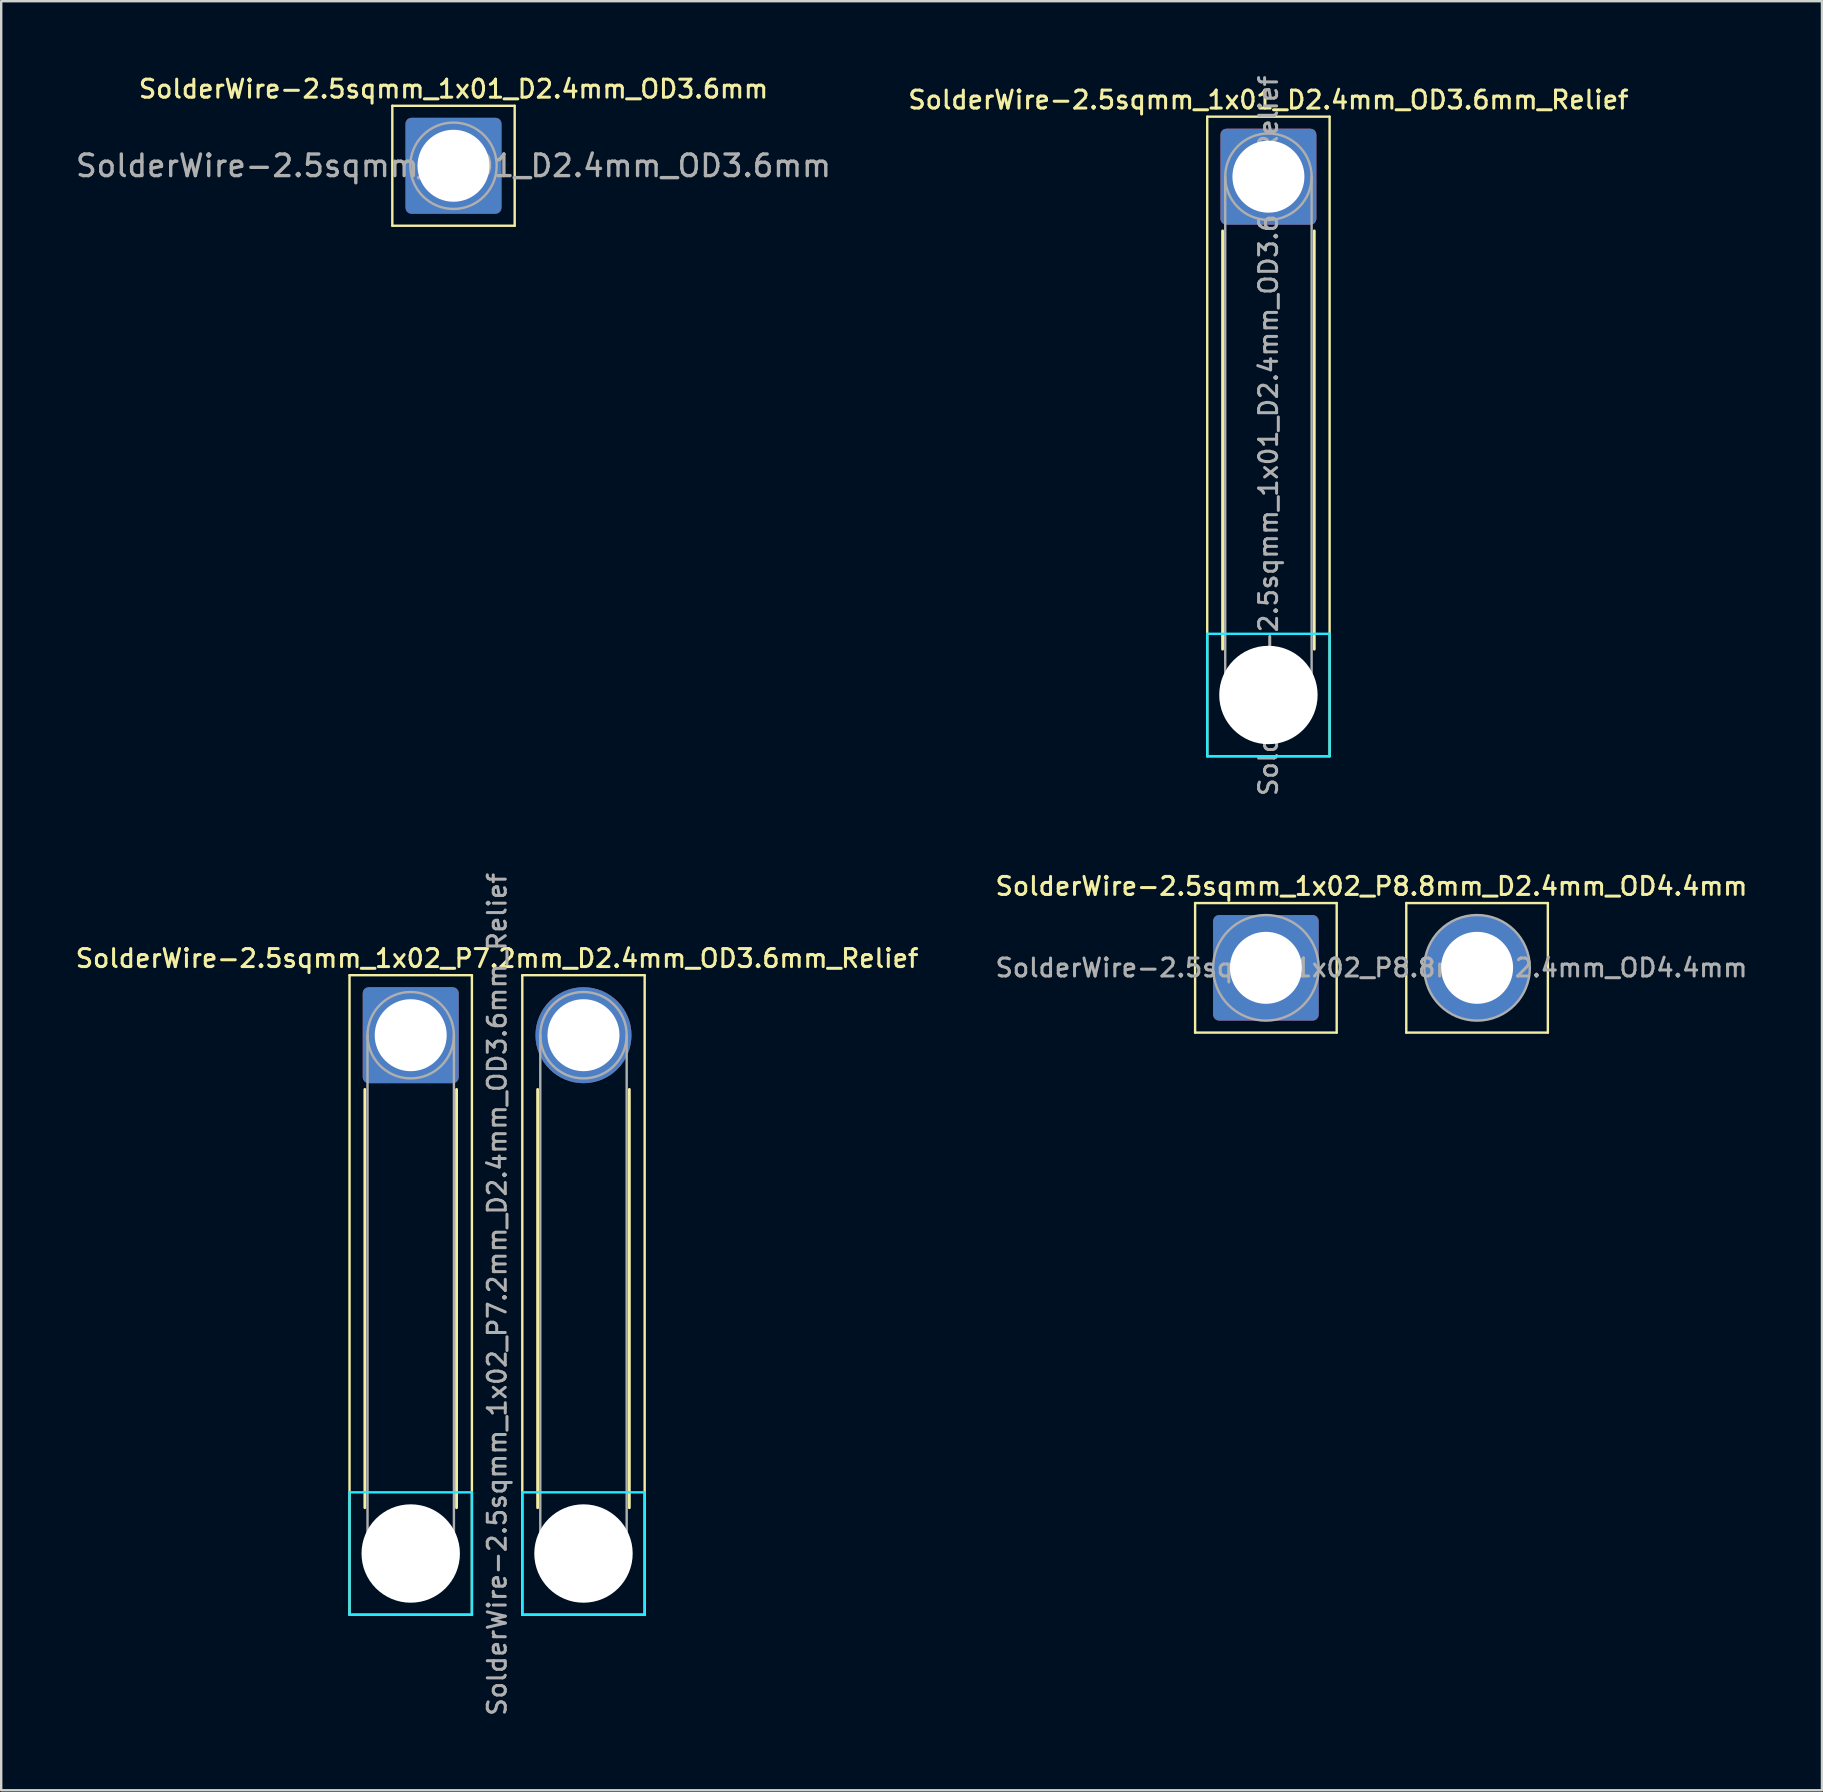
<source format=kicad_pcb>
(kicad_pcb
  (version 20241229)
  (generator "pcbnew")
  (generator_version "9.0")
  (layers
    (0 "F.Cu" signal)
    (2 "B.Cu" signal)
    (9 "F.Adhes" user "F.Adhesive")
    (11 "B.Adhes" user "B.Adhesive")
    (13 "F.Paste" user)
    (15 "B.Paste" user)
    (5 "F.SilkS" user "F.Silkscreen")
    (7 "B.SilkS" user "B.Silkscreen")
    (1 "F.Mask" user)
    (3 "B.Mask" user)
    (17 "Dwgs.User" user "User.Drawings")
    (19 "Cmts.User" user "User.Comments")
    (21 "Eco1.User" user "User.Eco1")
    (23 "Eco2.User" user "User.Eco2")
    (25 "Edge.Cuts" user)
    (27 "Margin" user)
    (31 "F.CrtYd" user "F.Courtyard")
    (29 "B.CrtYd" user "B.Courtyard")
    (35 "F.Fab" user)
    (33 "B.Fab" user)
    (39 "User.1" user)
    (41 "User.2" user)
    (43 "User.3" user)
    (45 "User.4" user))
  (footprint "SolderWire-2.5sqmm_1x01_D2.4mm_OD3.6mm"
    (layer "F.Cu")
    (at 15.849 3.858)
    (property "Reference" "SolderWire-2.5sqmm_1x01_D2.4mm_OD3.6mm" (at 0 -3.2 0) (layer "F.SilkS") (effects (font (size 0.75 0.75) (thickness 0.125))))
    (attr exclude_from_pos_files exclude_from_bom)
    (fp_line (start -2.55 -2.5) (end -2.55 2.5) (stroke (width 0.1) (type solid)) (layer "F.SilkS"))
    (fp_line (start -2.55 2.5) (end 2.55 2.5) (stroke (width 0.1) (type solid)) (layer "F.SilkS"))
    (fp_line (start 2.55 -2.5) (end -2.55 -2.5) (stroke (width 0.1) (type solid)) (layer "F.SilkS"))
    (fp_line (start 2.55 2.5) (end 2.55 -2.5) (stroke (width 0.1) (type solid)) (layer "F.SilkS"))
    (fp_circle (center 0 0) (end 1.8 0) (stroke (width 0.1) (type solid)) (fill no) (layer "F.Fab"))
    (fp_text user "${REFERENCE}" (at 0 0 0) (layer "F.Fab") (effects (font (size 0.9 0.9) (thickness 0.14))))
    (pad "1" thru_hole roundrect (at 0 0) (size 4 4) (drill 3) (layers "*.Cu" "*.Mask") (roundrect_rratio 0.062)))
  (footprint "SolderWire-2.5sqmm_1x01_D2.4mm_OD3.6mm_Relief"
    (layer "F.Cu")
    (at 49.81 4.313)
    (property "Reference" "SolderWire-2.5sqmm_1x01_D2.4mm_OD3.6mm_Relief" (at 0 -3.2 0) (layer "F.SilkS") (effects (font (size 0.75 0.75) (thickness 0.125))))
    (attr exclude_from_pos_files exclude_from_bom)
    (fp_line (start -2.55 -2.5) (end -2.55 24.15) (stroke (width 0.1) (type solid)) (layer "F.SilkS"))
    (fp_line (start -2.55 24.15) (end 2.55 24.15) (stroke (width 0.1) (type solid)) (layer "F.SilkS"))
    (fp_line (start -1.91 2.26) (end -1.91 19.69) (stroke (width 0.12) (type solid)) (layer "F.SilkS"))
    (fp_line (start 1.91 2.26) (end 1.91 19.69) (stroke (width 0.12) (type solid)) (layer "F.SilkS"))
    (fp_line (start 2.55 -2.5) (end -2.55 -2.5) (stroke (width 0.1) (type solid)) (layer "F.SilkS"))
    (fp_line (start 2.55 24.15) (end 2.55 -2.5) (stroke (width 0.1) (type solid)) (layer "F.SilkS"))
    (fp_line (start -2.55 19.05) (end -2.55 24.15) (stroke (width 0.1) (type solid)) (layer "B.CrtYd"))
    (fp_line (start -2.55 24.15) (end 2.55 24.15) (stroke (width 0.1) (type solid)) (layer "B.CrtYd"))
    (fp_line (start 2.55 19.05) (end -2.55 19.05) (stroke (width 0.1) (type solid)) (layer "B.CrtYd"))
    (fp_line (start 2.55 24.15) (end 2.55 19.05) (stroke (width 0.1) (type solid)) (layer "B.CrtYd"))
    (fp_line (start -1.8 0) (end -1.8 21.6) (stroke (width 0.1) (type solid)) (layer "F.Fab"))
    (fp_line (start 1.8 0) (end 1.8 21.6) (stroke (width 0.1) (type solid)) (layer "F.Fab"))
    (fp_circle (center 0 0) (end 1.8 0) (stroke (width 0.1) (type solid)) (fill no) (layer "F.Fab"))
    (fp_circle (center 0 21.6) (end 1.8 21.6) (stroke (width 0.1) (type solid)) (fill no) (layer "F.Fab"))
    (fp_text user "${REFERENCE}" (at 0 10.8 90) (layer "F.Fab") (effects (font (size 0.75 0.75) (thickness 0.125))))
    (pad "" np_thru_hole circle (at 0 21.6) (size 4.1 4.1) (drill 4.1) (layers "*.Cu" "*.Mask"))
    (pad "1" thru_hole roundrect (at 0 0) (size 4 4) (drill 3) (layers "*.Cu" "*.Mask") (roundrect_rratio 0.062)))
  (footprint "SolderWire-2.5sqmm_1x02_P7.2mm_D2.4mm_OD3.6mm_Relief"
    (layer "F.Cu")
    (at 14.066 40.091)
    (property "Reference" "SolderWire-2.5sqmm_1x02_P7.2mm_D2.4mm_OD3.6mm_Relief" (at 3.6 -3.2 0) (layer "F.SilkS") (effects (font (size 0.75 0.75) (thickness 0.125))))
    (attr exclude_from_pos_files exclude_from_bom)
    (fp_line (start -2.55 -2.5) (end -2.55 24.15) (stroke (width 0.1) (type solid)) (layer "F.SilkS"))
    (fp_line (start -2.55 24.15) (end 2.55 24.15) (stroke (width 0.1) (type solid)) (layer "F.SilkS"))
    (fp_line (start -1.91 2.26) (end -1.91 19.69) (stroke (width 0.12) (type solid)) (layer "F.SilkS"))
    (fp_line (start 1.91 2.26) (end 1.91 19.69) (stroke (width 0.12) (type solid)) (layer "F.SilkS"))
    (fp_line (start 2.55 -2.5) (end -2.55 -2.5) (stroke (width 0.1) (type solid)) (layer "F.SilkS"))
    (fp_line (start 2.55 24.15) (end 2.55 -2.5) (stroke (width 0.1) (type solid)) (layer "F.SilkS"))
    (fp_line (start 4.65 -2.5) (end 4.65 24.15) (stroke (width 0.1) (type solid)) (layer "F.SilkS"))
    (fp_line (start 4.65 24.15) (end 9.75 24.15) (stroke (width 0.1) (type solid)) (layer "F.SilkS"))
    (fp_line (start 5.29 2.26) (end 5.29 19.69) (stroke (width 0.12) (type solid)) (layer "F.SilkS"))
    (fp_line (start 9.11 2.26) (end 9.11 19.69) (stroke (width 0.12) (type solid)) (layer "F.SilkS"))
    (fp_line (start 9.75 -2.5) (end 4.65 -2.5) (stroke (width 0.1) (type solid)) (layer "F.SilkS"))
    (fp_line (start 9.75 24.15) (end 9.75 -2.5) (stroke (width 0.1) (type solid)) (layer "F.SilkS"))
    (fp_line (start -2.55 19.05) (end -2.55 24.15) (stroke (width 0.1) (type solid)) (layer "B.CrtYd"))
    (fp_line (start -2.55 24.15) (end 2.55 24.15) (stroke (width 0.1) (type solid)) (layer "B.CrtYd"))
    (fp_line (start 2.55 19.05) (end -2.55 19.05) (stroke (width 0.1) (type solid)) (layer "B.CrtYd"))
    (fp_line (start 2.55 24.15) (end 2.55 19.05) (stroke (width 0.1) (type solid)) (layer "B.CrtYd"))
    (fp_line (start 4.65 19.05) (end 4.65 24.15) (stroke (width 0.1) (type solid)) (layer "B.CrtYd"))
    (fp_line (start 4.65 24.15) (end 9.75 24.15) (stroke (width 0.1) (type solid)) (layer "B.CrtYd"))
    (fp_line (start 9.75 19.05) (end 4.65 19.05) (stroke (width 0.1) (type solid)) (layer "B.CrtYd"))
    (fp_line (start 9.75 24.15) (end 9.75 19.05) (stroke (width 0.1) (type solid)) (layer "B.CrtYd"))
    (fp_line (start -1.8 0) (end -1.8 21.6) (stroke (width 0.1) (type solid)) (layer "F.Fab"))
    (fp_line (start 1.8 0) (end 1.8 21.6) (stroke (width 0.1) (type solid)) (layer "F.Fab"))
    (fp_line (start 5.4 0) (end 5.4 21.6) (stroke (width 0.1) (type solid)) (layer "F.Fab"))
    (fp_line (start 9 0) (end 9 21.6) (stroke (width 0.1) (type solid)) (layer "F.Fab"))
    (fp_circle (center 0 0) (end 1.8 0) (stroke (width 0.1) (type solid)) (fill no) (layer "F.Fab"))
    (fp_circle (center 0 21.6) (end 1.8 21.6) (stroke (width 0.1) (type solid)) (fill no) (layer "F.Fab"))
    (fp_circle (center 7.2 0) (end 9 0) (stroke (width 0.1) (type solid)) (fill no) (layer "F.Fab"))
    (fp_circle (center 7.2 21.6) (end 9 21.6) (stroke (width 0.1) (type solid)) (fill no) (layer "F.Fab"))
    (fp_text user "${REFERENCE}" (at 3.6 10.8 90) (layer "F.Fab") (effects (font (size 0.75 0.75) (thickness 0.125))))
    (pad "" np_thru_hole circle (at 0 21.6) (size 4.1 4.1) (drill 4.1) (layers "*.Cu" "*.Mask"))
    (pad "" np_thru_hole circle (at 7.2 21.6) (size 4.1 4.1) (drill 4.1) (layers "*.Cu" "*.Mask"))
    (pad "1" thru_hole roundrect (at 0 0) (size 4 4) (drill 3) (layers "*.Cu" "*.Mask") (roundrect_rratio 0.062))
    (pad "2" thru_hole circle (at 7.2 0) (size 4 4) (drill 3) (layers "*.Cu" "*.Mask")))
  (footprint "SolderWire-2.5sqmm_1x02_P8.8mm_D2.4mm_OD4.4mm"
    (layer "F.Cu")
    (at 49.705 37.283)
    (property "Reference" "SolderWire-2.5sqmm_1x02_P8.8mm_D2.4mm_OD4.4mm" (at 4.4 -3.4 0) (layer "F.SilkS") (effects (font (size 0.75 0.75) (thickness 0.125))))
    (attr exclude_from_pos_files exclude_from_bom)
    (fp_line (start -2.95 -2.7) (end -2.95 2.7) (stroke (width 0.1) (type solid)) (layer "F.SilkS"))
    (fp_line (start -2.95 2.7) (end 2.95 2.7) (stroke (width 0.1) (type solid)) (layer "F.SilkS"))
    (fp_line (start 2.95 -2.7) (end -2.95 -2.7) (stroke (width 0.1) (type solid)) (layer "F.SilkS"))
    (fp_line (start 2.95 2.7) (end 2.95 -2.7) (stroke (width 0.1) (type solid)) (layer "F.SilkS"))
    (fp_line (start 5.85 -2.7) (end 5.85 2.7) (stroke (width 0.1) (type solid)) (layer "F.SilkS"))
    (fp_line (start 5.85 2.7) (end 11.75 2.7) (stroke (width 0.1) (type solid)) (layer "F.SilkS"))
    (fp_line (start 11.75 -2.7) (end 5.85 -2.7) (stroke (width 0.1) (type solid)) (layer "F.SilkS"))
    (fp_line (start 11.75 2.7) (end 11.75 -2.7) (stroke (width 0.1) (type solid)) (layer "F.SilkS"))
    (fp_circle (center 0 0) (end 2.2 0) (stroke (width 0.1) (type solid)) (fill no) (layer "F.Fab"))
    (fp_circle (center 8.8 0) (end 11 0) (stroke (width 0.1) (type solid)) (fill no) (layer "F.Fab"))
    (fp_text user "${REFERENCE}" (at 4.4 0 0) (layer "F.Fab") (effects (font (size 0.75 0.75) (thickness 0.125))))
    (pad "1" thru_hole roundrect (at 0 0) (size 4.4 4.4) (drill 3) (layers "*.Cu" "*.Mask") (roundrect_rratio 0.057))
    (pad "2" thru_hole circle (at 8.8 0) (size 4.4 4.4) (drill 3) (layers "*.Cu" "*.Mask")))
  (gr_rect
    (start -3 -3)
    (end 72.879 71.557)
    (stroke (width 0.1) (type default))
    (fill no)
    (layer "Edge.Cuts")))
</source>
